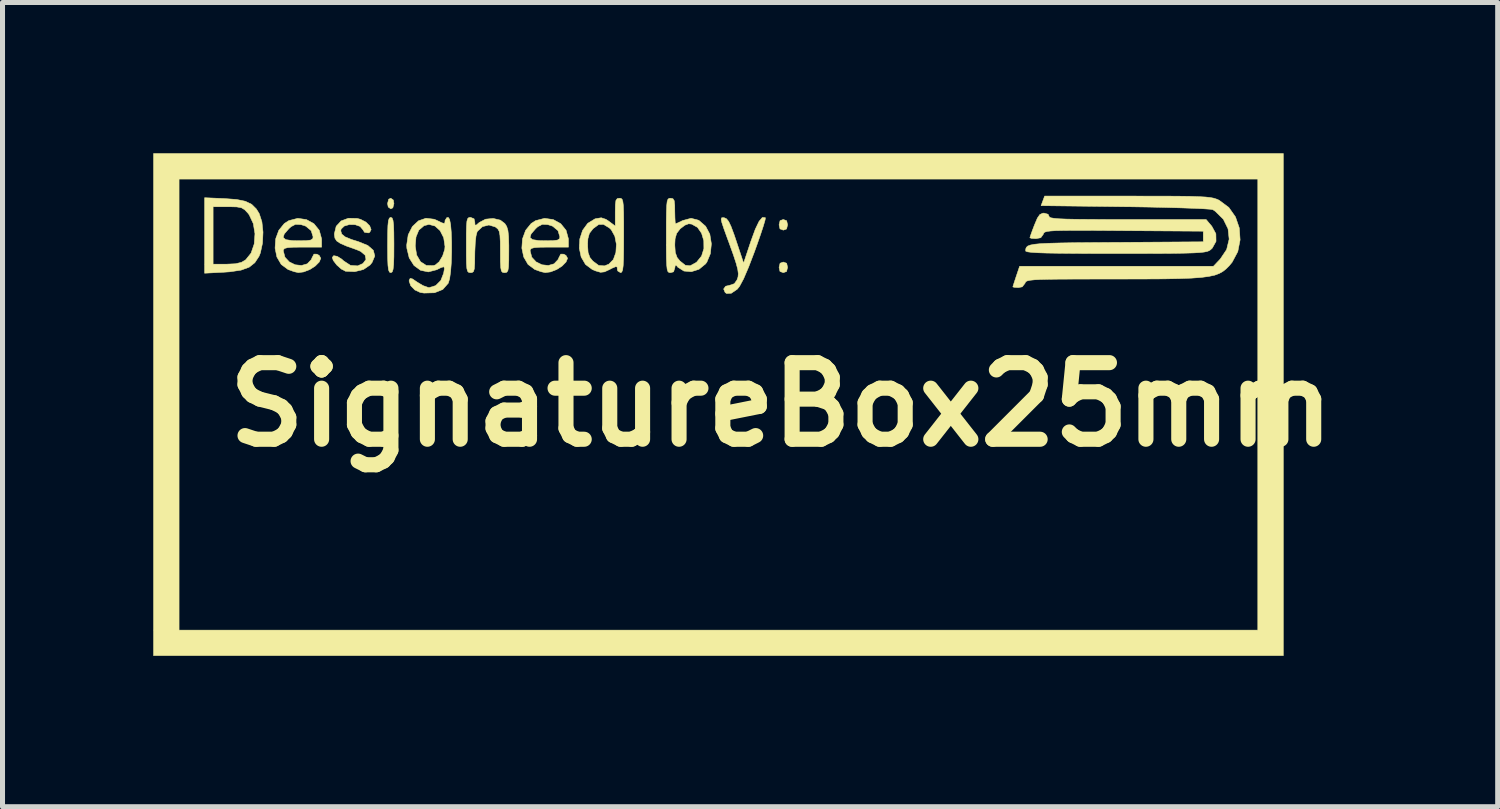
<source format=kicad_pcb>
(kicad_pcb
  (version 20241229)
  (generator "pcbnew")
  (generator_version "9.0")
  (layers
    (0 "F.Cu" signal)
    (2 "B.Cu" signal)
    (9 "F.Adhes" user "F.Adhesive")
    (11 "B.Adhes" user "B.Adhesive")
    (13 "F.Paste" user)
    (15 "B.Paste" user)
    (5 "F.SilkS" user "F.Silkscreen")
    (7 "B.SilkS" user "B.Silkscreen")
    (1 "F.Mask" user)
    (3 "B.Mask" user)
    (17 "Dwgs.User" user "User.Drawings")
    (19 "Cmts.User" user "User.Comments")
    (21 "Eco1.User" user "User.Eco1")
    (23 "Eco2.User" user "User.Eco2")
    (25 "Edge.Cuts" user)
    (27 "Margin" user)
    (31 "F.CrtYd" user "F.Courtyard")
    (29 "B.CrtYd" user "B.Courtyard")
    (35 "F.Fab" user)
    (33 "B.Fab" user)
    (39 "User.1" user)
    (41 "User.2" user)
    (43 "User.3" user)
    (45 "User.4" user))
  (footprint "SignatureBox25mm"
    (layer "F.Cu")
    (at 12.493 5)
    (property "Reference" "SignatureBox25mm" (at 0 0 0) (layer "F.SilkS") (effects (font (size 1.524 1.524) (thickness 0.3))))
    (attr through_hole board_only exclude_from_pos_files exclude_from_bom)
    (fp_poly (pts (xy -7.717 -4.07) (xy -7.705 -4) (xy -7.727 -3.915) (xy -7.768 -3.895) (xy -7.819 -3.931) (xy -7.832 -4) (xy -7.81 -4.086) (xy -7.768 -4.106) (xy -7.717 -4.07)) (stroke (width 0.01) (type solid)) (fill yes) (layer "F.SilkS"))
    (fp_poly (pts (xy 0.109 -3.658) (xy 0.127 -3.577) (xy 0.107 -3.494) (xy 0.042 -3.471) (xy -0.024 -3.496) (xy -0.042 -3.577) (xy -0.022 -3.66) (xy 0.042 -3.683) (xy 0.109 -3.658)) (stroke (width 0.01) (type solid)) (fill yes) (layer "F.SilkS"))
    (fp_poly (pts (xy 0.109 -2.812) (xy 0.127 -2.731) (xy 0.107 -2.648) (xy 0.042 -2.625) (xy -0.024 -2.649) (xy -0.042 -2.731) (xy -0.022 -2.813) (xy 0.042 -2.836) (xy 0.109 -2.812)) (stroke (width 0.01) (type solid)) (fill yes) (layer "F.SilkS"))
    (fp_poly (pts (xy -12.488 4.995) (xy -12.488 -4.487) (xy -11.98 -4.487) (xy -11.98 4.487) (xy 9.483 4.487) (xy 9.483 -4.487) (xy -11.98 -4.487) (xy -12.488 -4.487) (xy -12.488 -4.995) (xy 9.991 -4.995) (xy 9.991 4.995)) (stroke (width 0.01) (type solid)) (fill yes) (layer "F.SilkS"))
    (fp_poly (pts (xy -7.742 -3.713) (xy -7.724 -3.668) (xy -7.712 -3.577) (xy -7.707 -3.429) (xy -7.705 -3.21) (xy -7.705 -3.175) (xy -7.706 -2.946) (xy -7.711 -2.789) (xy -7.722 -2.691) (xy -7.739 -2.641) (xy -7.764 -2.625) (xy -7.768 -2.625) (xy -7.795 -2.637) (xy -7.813 -2.682) (xy -7.824 -2.773) (xy -7.83 -2.921) (xy -7.832 -3.14) (xy -7.832 -3.175) (xy -7.83 -3.404) (xy -7.825 -3.561) (xy -7.815 -3.659) (xy -7.797 -3.709) (xy -7.772 -3.725) (xy -7.768 -3.725) (xy -7.742 -3.713)) (stroke (width 0.01) (type solid)) (fill yes) (layer "F.SilkS"))
    (fp_poly (pts (xy -11.076 -4.099) (xy -10.835 -4.081) (xy -10.661 -4.045) (xy -10.536 -3.985) (xy -10.443 -3.893) (xy -10.385 -3.799) (xy -10.332 -3.637) (xy -10.31 -3.431) (xy -10.32 -3.213) (xy -10.362 -3.019) (xy -10.389 -2.951) (xy -10.473 -2.823) (xy -10.587 -2.733) (xy -10.748 -2.675) (xy -10.97 -2.642) (xy -11.102 -2.633) (xy -11.472 -2.614) (xy -11.472 -3.937) (xy -11.303 -3.937) (xy -11.303 -2.794) (xy -11.034 -2.794) (xy -10.859 -2.802) (xy -10.74 -2.83) (xy -10.654 -2.881) (xy -10.547 -3.015) (xy -10.485 -3.196) (xy -10.47 -3.399) (xy -10.503 -3.601) (xy -10.585 -3.776) (xy -10.611 -3.81) (xy -10.674 -3.877) (xy -10.739 -3.916) (xy -10.831 -3.933) (xy -10.976 -3.937) (xy -11.01 -3.937) (xy -11.303 -3.937) (xy -11.472 -3.937) (xy -11.472 -4.116) (xy -11.076 -4.099)) (stroke (width 0.01) (type solid)) (fill yes) (layer "F.SilkS"))
    (fp_poly (pts (xy -0.321 -3.721) (xy -0.314 -3.715) (xy -0.321 -3.67) (xy -0.353 -3.56) (xy -0.406 -3.398) (xy -0.476 -3.197) (xy -0.531 -3.043) (xy -0.649 -2.734) (xy -0.748 -2.503) (xy -0.828 -2.354) (xy -0.873 -2.297) (xy -0.993 -2.215) (xy -1.086 -2.21) (xy -1.115 -2.23) (xy -1.145 -2.3) (xy -1.105 -2.355) (xy -1.036 -2.371) (xy -0.933 -2.405) (xy -0.88 -2.479) (xy -0.859 -2.538) (xy -0.853 -2.604) (xy -0.864 -2.69) (xy -0.896 -2.811) (xy -0.951 -2.979) (xy -1.033 -3.207) (xy -1.073 -3.315) (xy -1.14 -3.5) (xy -1.18 -3.62) (xy -1.194 -3.687) (xy -1.185 -3.716) (xy -1.154 -3.72) (xy -1.135 -3.718) (xy -1.089 -3.698) (xy -1.046 -3.645) (xy -0.998 -3.545) (xy -0.938 -3.384) (xy -0.896 -3.26) (xy -0.748 -2.815) (xy -0.602 -3.252) (xy -0.515 -3.49) (xy -0.44 -3.646) (xy -0.376 -3.722) (xy -0.321 -3.721)) (stroke (width 0.01) (type solid)) (fill yes) (layer "F.SilkS"))
    (fp_poly (pts (xy -8.436 -3.704) (xy -8.369 -3.686) (xy -8.261 -3.63) (xy -8.187 -3.556) (xy -8.159 -3.482) (xy -8.187 -3.428) (xy -8.214 -3.416) (xy -8.291 -3.428) (xy -8.32 -3.476) (xy -8.378 -3.545) (xy -8.477 -3.58) (xy -8.592 -3.582) (xy -8.694 -3.552) (xy -8.756 -3.492) (xy -8.763 -3.456) (xy -8.743 -3.392) (xy -8.676 -3.337) (xy -8.547 -3.284) (xy -8.415 -3.243) (xy -8.225 -3.166) (xy -8.115 -3.07) (xy -8.086 -2.957) (xy -8.14 -2.828) (xy -8.181 -2.777) (xy -8.311 -2.688) (xy -8.485 -2.645) (xy -8.667 -2.653) (xy -8.752 -2.697) (xy -8.843 -2.778) (xy -8.912 -2.868) (xy -8.932 -2.927) (xy -8.904 -2.963) (xy -8.834 -2.95) (xy -8.744 -2.894) (xy -8.703 -2.857) (xy -8.569 -2.77) (xy -8.427 -2.76) (xy -8.322 -2.807) (xy -8.261 -2.888) (xy -8.278 -2.972) (xy -8.367 -3.048) (xy -8.446 -3.082) (xy -8.641 -3.151) (xy -8.769 -3.206) (xy -8.844 -3.256) (xy -8.879 -3.311) (xy -8.89 -3.381) (xy -8.89 -3.401) (xy -8.854 -3.548) (xy -8.756 -3.654) (xy -8.611 -3.708) (xy -8.436 -3.704)) (stroke (width 0.01) (type solid)) (fill yes) (layer "F.SilkS"))
    (fp_poly (pts (xy -9.446 -3.681) (xy -9.297 -3.599) (xy -9.191 -3.468) (xy -9.145 -3.3) (xy -9.144 -3.278) (xy -9.144 -3.133) (xy -9.525 -3.133) (xy -9.707 -3.131) (xy -9.82 -3.123) (xy -9.881 -3.107) (xy -9.904 -3.079) (xy -9.906 -3.057) (xy -9.873 -2.932) (xy -9.787 -2.839) (xy -9.67 -2.782) (xy -9.544 -2.768) (xy -9.429 -2.801) (xy -9.348 -2.887) (xy -9.335 -2.921) (xy -9.296 -2.994) (xy -9.237 -2.993) (xy -9.192 -2.968) (xy -9.16 -2.911) (xy -9.191 -2.837) (xy -9.269 -2.758) (xy -9.377 -2.688) (xy -9.5 -2.64) (xy -9.605 -2.626) (xy -9.689 -2.644) (xy -9.802 -2.684) (xy -9.812 -2.688) (xy -9.948 -2.789) (xy -10.034 -2.937) (xy -10.07 -3.113) (xy -10.058 -3.297) (xy -10.048 -3.325) (xy -9.909 -3.325) (xy -9.857 -3.282) (xy -9.73 -3.263) (xy -9.61 -3.26) (xy -9.453 -3.262) (xy -9.363 -3.273) (xy -9.322 -3.298) (xy -9.313 -3.336) (xy -9.352 -3.461) (xy -9.459 -3.55) (xy -9.554 -3.581) (xy -9.664 -3.586) (xy -9.754 -3.539) (xy -9.797 -3.499) (xy -9.887 -3.395) (xy -9.909 -3.325) (xy -10.048 -3.325) (xy -9.996 -3.467) (xy -9.886 -3.603) (xy -9.797 -3.66) (xy -9.618 -3.706) (xy -9.446 -3.681)) (stroke (width 0.01) (type solid)) (fill yes) (layer "F.SilkS"))
    (fp_poly (pts (xy -6.111 -3.697) (xy -6.096 -3.634) (xy -6.092 -3.572) (xy -6.065 -3.573) (xy -6.008 -3.623) (xy -5.882 -3.689) (xy -5.731 -3.704) (xy -5.588 -3.67) (xy -5.499 -3.603) (xy -5.461 -3.544) (xy -5.437 -3.464) (xy -5.424 -3.346) (xy -5.419 -3.171) (xy -5.419 -3.064) (xy -5.42 -2.867) (xy -5.425 -2.74) (xy -5.437 -2.667) (xy -5.459 -2.634) (xy -5.494 -2.625) (xy -5.503 -2.625) (xy -5.542 -2.63) (xy -5.567 -2.658) (xy -5.58 -2.723) (xy -5.587 -2.841) (xy -5.588 -3.026) (xy -5.588 -3.047) (xy -5.589 -3.241) (xy -5.596 -3.368) (xy -5.611 -3.447) (xy -5.638 -3.495) (xy -5.682 -3.531) (xy -5.688 -3.535) (xy -5.815 -3.573) (xy -5.943 -3.541) (xy -6.043 -3.449) (xy -6.051 -3.434) (xy -6.072 -3.354) (xy -6.087 -3.215) (xy -6.095 -3.044) (xy -6.096 -2.987) (xy -6.098 -2.812) (xy -6.105 -2.704) (xy -6.122 -2.648) (xy -6.152 -2.627) (xy -6.181 -2.625) (xy -6.215 -2.629) (xy -6.239 -2.652) (xy -6.254 -2.707) (xy -6.262 -2.807) (xy -6.265 -2.966) (xy -6.265 -3.175) (xy -6.265 -3.4) (xy -6.261 -3.553) (xy -6.253 -3.649) (xy -6.237 -3.701) (xy -6.213 -3.722) (xy -6.181 -3.725) (xy -6.111 -3.697)) (stroke (width 0.01) (type solid)) (fill yes) (layer "F.SilkS"))
    (fp_poly (pts (xy -4.535 -3.681) (xy -4.386 -3.599) (xy -4.28 -3.468) (xy -4.234 -3.3) (xy -4.233 -3.278) (xy -4.233 -3.133) (xy -4.614 -3.133) (xy -4.796 -3.131) (xy -4.91 -3.123) (xy -4.97 -3.107) (xy -4.993 -3.079) (xy -4.995 -3.057) (xy -4.962 -2.932) (xy -4.876 -2.839) (xy -4.759 -2.782) (xy -4.633 -2.768) (xy -4.519 -2.801) (xy -4.438 -2.887) (xy -4.424 -2.921) (xy -4.386 -2.994) (xy -4.326 -2.993) (xy -4.282 -2.968) (xy -4.25 -2.911) (xy -4.281 -2.837) (xy -4.358 -2.758) (xy -4.466 -2.688) (xy -4.589 -2.64) (xy -4.695 -2.626) (xy -4.778 -2.644) (xy -4.891 -2.684) (xy -4.902 -2.688) (xy -5.037 -2.789) (xy -5.123 -2.937) (xy -5.16 -3.113) (xy -5.147 -3.297) (xy -5.137 -3.325) (xy -4.998 -3.325) (xy -4.947 -3.282) (xy -4.819 -3.263) (xy -4.699 -3.26) (xy -4.542 -3.262) (xy -4.452 -3.273) (xy -4.412 -3.298) (xy -4.403 -3.336) (xy -4.441 -3.461) (xy -4.548 -3.55) (xy -4.643 -3.581) (xy -4.753 -3.586) (xy -4.844 -3.539) (xy -4.887 -3.499) (xy -4.976 -3.395) (xy -4.998 -3.325) (xy -5.137 -3.325) (xy -5.085 -3.467) (xy -4.975 -3.603) (xy -4.886 -3.66) (xy -4.708 -3.706) (xy -4.535 -3.681)) (stroke (width 0.01) (type solid)) (fill yes) (layer "F.SilkS"))
    (fp_poly (pts (xy -3.187 -4.103) (xy -3.165 -4.084) (xy -3.15 -4.038) (xy -3.14 -3.954) (xy -3.135 -3.82) (xy -3.133 -3.624) (xy -3.133 -3.365) (xy -3.134 -3.094) (xy -3.137 -2.897) (xy -3.144 -2.762) (xy -3.155 -2.679) (xy -3.172 -2.637) (xy -3.194 -2.625) (xy -3.196 -2.625) (xy -3.252 -2.659) (xy -3.26 -2.688) (xy -3.264 -2.737) (xy -3.292 -2.745) (xy -3.365 -2.714) (xy -3.414 -2.688) (xy -3.515 -2.641) (xy -3.595 -2.632) (xy -3.692 -2.66) (xy -3.759 -2.688) (xy -3.894 -2.789) (xy -3.98 -2.937) (xy -4.017 -3.112) (xy -4.013 -3.175) (xy -3.852 -3.175) (xy -3.842 -3.026) (xy -3.805 -2.925) (xy -3.748 -2.856) (xy -3.631 -2.769) (xy -3.516 -2.76) (xy -3.43 -2.794) (xy -3.339 -2.886) (xy -3.289 -3.027) (xy -3.279 -3.19) (xy -3.31 -3.35) (xy -3.382 -3.48) (xy -3.418 -3.514) (xy -3.534 -3.585) (xy -3.631 -3.583) (xy -3.735 -3.507) (xy -3.748 -3.494) (xy -3.816 -3.407) (xy -3.846 -3.299) (xy -3.852 -3.175) (xy -4.013 -3.175) (xy -4.007 -3.296) (xy -3.951 -3.467) (xy -3.85 -3.606) (xy -3.707 -3.694) (xy -3.691 -3.699) (xy -3.58 -3.717) (xy -3.486 -3.686) (xy -3.427 -3.646) (xy -3.302 -3.553) (xy -3.302 -3.83) (xy -3.299 -3.979) (xy -3.288 -4.063) (xy -3.261 -4.099) (xy -3.217 -4.106) (xy -3.187 -4.103)) (stroke (width 0.01) (type solid)) (fill yes) (layer "F.SilkS"))
    (fp_poly (pts (xy -2.154 -4.097) (xy -2.128 -4.056) (xy -2.118 -3.965) (xy -2.117 -3.852) (xy -2.114 -3.718) (xy -2.109 -3.626) (xy -2.102 -3.598) (xy -2.058 -3.615) (xy -1.97 -3.657) (xy -1.957 -3.663) (xy -1.792 -3.707) (xy -1.639 -3.666) (xy -1.503 -3.548) (xy -1.42 -3.391) (xy -1.389 -3.199) (xy -1.409 -3.002) (xy -1.479 -2.834) (xy -1.504 -2.8) (xy -1.636 -2.692) (xy -1.788 -2.644) (xy -1.935 -2.657) (xy -2.056 -2.733) (xy -2.084 -2.769) (xy -2.108 -2.772) (xy -2.116 -2.72) (xy -2.141 -2.642) (xy -2.201 -2.625) (xy -2.232 -2.628) (xy -2.254 -2.647) (xy -2.269 -2.693) (xy -2.278 -2.777) (xy -2.284 -2.911) (xy -2.286 -3.107) (xy -2.286 -3.175) (xy -2.117 -3.175) (xy -2.107 -3.026) (xy -2.07 -2.925) (xy -2.013 -2.856) (xy -1.907 -2.772) (xy -1.811 -2.762) (xy -1.699 -2.823) (xy -1.679 -2.838) (xy -1.584 -2.956) (xy -1.538 -3.104) (xy -1.54 -3.262) (xy -1.584 -3.409) (xy -1.665 -3.526) (xy -1.781 -3.591) (xy -1.841 -3.598) (xy -1.915 -3.57) (xy -2.005 -3.502) (xy -2.013 -3.494) (xy -2.08 -3.407) (xy -2.111 -3.299) (xy -2.117 -3.175) (xy -2.286 -3.175) (xy -2.286 -3.365) (xy -2.286 -3.632) (xy -2.283 -3.826) (xy -2.278 -3.958) (xy -2.269 -4.04) (xy -2.253 -4.085) (xy -2.231 -4.103) (xy -2.201 -4.106) (xy -2.154 -4.097)) (stroke (width 0.01) (type solid)) (fill yes) (layer "F.SilkS"))
    (fp_poly (pts (xy -6.598 -3.686) (xy -6.577 -3.58) (xy -6.564 -3.424) (xy -6.557 -3.235) (xy -6.557 -3.032) (xy -6.563 -2.83) (xy -6.577 -2.649) (xy -6.597 -2.504) (xy -6.624 -2.415) (xy -6.733 -2.291) (xy -6.897 -2.225) (xy -7.106 -2.219) (xy -7.182 -2.231) (xy -7.288 -2.28) (xy -7.37 -2.364) (xy -7.403 -2.457) (xy -7.401 -2.475) (xy -7.382 -2.511) (xy -7.337 -2.501) (xy -7.247 -2.44) (xy -7.241 -2.436) (xy -7.128 -2.368) (xy -7.025 -2.331) (xy -7.003 -2.328) (xy -6.875 -2.367) (xy -6.772 -2.47) (xy -6.716 -2.614) (xy -6.7 -2.708) (xy -6.712 -2.743) (xy -6.768 -2.726) (xy -6.855 -2.683) (xy -7.021 -2.64) (xy -7.175 -2.672) (xy -7.306 -2.768) (xy -7.401 -2.918) (xy -7.448 -3.111) (xy -7.45 -3.155) (xy -7.281 -3.155) (xy -7.253 -2.975) (xy -7.176 -2.843) (xy -7.062 -2.769) (xy -6.923 -2.765) (xy -6.881 -2.778) (xy -6.804 -2.843) (xy -6.736 -2.958) (xy -6.694 -3.089) (xy -6.689 -3.145) (xy -6.715 -3.32) (xy -6.786 -3.46) (xy -6.888 -3.553) (xy -7.008 -3.585) (xy -7.107 -3.559) (xy -7.21 -3.471) (xy -7.266 -3.335) (xy -7.281 -3.155) (xy -7.45 -3.155) (xy -7.451 -3.175) (xy -7.421 -3.379) (xy -7.338 -3.543) (xy -7.217 -3.656) (xy -7.068 -3.708) (xy -6.904 -3.688) (xy -6.855 -3.667) (xy -6.752 -3.617) (xy -6.704 -3.604) (xy -6.69 -3.627) (xy -6.689 -3.662) (xy -6.655 -3.718) (xy -6.625 -3.725) (xy -6.598 -3.686)) (stroke (width 0.01) (type solid)) (fill yes) (layer "F.SilkS"))
    (fp_poly (pts (xy 7.315 -4.148) (xy 7.658 -4.148) (xy 7.934 -4.146) (xy 8.151 -4.143) (xy 8.318 -4.137) (xy 8.444 -4.13) (xy 8.536 -4.12) (xy 8.605 -4.107) (xy 8.658 -4.09) (xy 8.705 -4.07) (xy 8.717 -4.063) (xy 8.906 -3.923) (xy 9.039 -3.734) (xy 9.115 -3.513) (xy 9.131 -3.277) (xy 9.085 -3.044) (xy 8.972 -2.832) (xy 8.913 -2.761) (xy 8.852 -2.7) (xy 8.789 -2.65) (xy 8.716 -2.609) (xy 8.625 -2.575) (xy 8.507 -2.55) (xy 8.356 -2.53) (xy 8.163 -2.516) (xy 7.92 -2.507) (xy 7.62 -2.501) (xy 7.254 -2.499) (xy 6.814 -2.498) (xy 6.617 -2.498) (xy 6.188 -2.498) (xy 5.835 -2.497) (xy 5.551 -2.496) (xy 5.329 -2.493) (xy 5.161 -2.489) (xy 5.039 -2.483) (xy 4.955 -2.474) (xy 4.902 -2.463) (xy 4.872 -2.449) (xy 4.858 -2.432) (xy 4.851 -2.413) (xy 4.796 -2.343) (xy 4.719 -2.328) (xy 4.638 -2.333) (xy 4.609 -2.342) (xy 4.622 -2.386) (xy 4.654 -2.484) (xy 4.677 -2.554) (xy 4.744 -2.752) (xy 8.6 -2.752) (xy 8.737 -2.897) (xy 8.863 -3.085) (xy 8.913 -3.291) (xy 8.891 -3.497) (xy 8.798 -3.687) (xy 8.637 -3.846) (xy 8.589 -3.878) (xy 8.534 -3.887) (xy 8.403 -3.896) (xy 8.207 -3.905) (xy 7.955 -3.914) (xy 7.656 -3.922) (xy 7.319 -3.93) (xy 6.955 -3.936) (xy 6.848 -3.937) (xy 5.171 -3.958) (xy 5.206 -4.053) (xy 5.242 -4.149) (xy 6.896 -4.149) (xy 7.315 -4.148)) (stroke (width 0.01) (type solid)) (fill yes) (layer "F.SilkS"))
    (fp_poly (pts (xy 5.31 -3.787) (xy 5.329 -3.747) (xy 5.338 -3.73) (xy 5.369 -3.716) (xy 5.43 -3.706) (xy 5.529 -3.697) (xy 5.674 -3.691) (xy 5.872 -3.687) (xy 6.131 -3.685) (xy 6.459 -3.683) (xy 6.864 -3.683) (xy 6.892 -3.683) (xy 8.454 -3.683) (xy 8.568 -3.548) (xy 8.649 -3.399) (xy 8.652 -3.248) (xy 8.577 -3.113) (xy 8.542 -3.08) (xy 8.514 -3.062) (xy 8.475 -3.047) (xy 8.416 -3.035) (xy 8.329 -3.025) (xy 8.207 -3.018) (xy 8.042 -3.013) (xy 7.825 -3.009) (xy 7.549 -3.007) (xy 7.207 -3.006) (xy 6.79 -3.006) (xy 6.658 -3.006) (xy 6.203 -3.006) (xy 5.826 -3.008) (xy 5.522 -3.011) (xy 5.283 -3.015) (xy 5.105 -3.021) (xy 4.981 -3.029) (xy 4.904 -3.039) (xy 4.868 -3.051) (xy 4.864 -3.059) (xy 4.866 -3.097) (xy 4.878 -3.128) (xy 4.905 -3.154) (xy 4.957 -3.174) (xy 5.039 -3.19) (xy 5.161 -3.202) (xy 5.329 -3.21) (xy 5.55 -3.216) (xy 5.833 -3.221) (xy 6.185 -3.224) (xy 6.613 -3.227) (xy 6.665 -3.227) (xy 8.398 -3.239) (xy 8.398 -3.45) (xy 6.817 -3.461) (xy 6.41 -3.464) (xy 6.08 -3.466) (xy 5.817 -3.466) (xy 5.616 -3.464) (xy 5.466 -3.461) (xy 5.36 -3.454) (xy 5.291 -3.445) (xy 5.249 -3.433) (xy 5.227 -3.417) (xy 5.217 -3.396) (xy 5.214 -3.387) (xy 5.165 -3.32) (xy 5.07 -3.302) (xy 4.983 -3.307) (xy 4.948 -3.319) (xy 4.962 -3.365) (xy 4.998 -3.466) (xy 5.039 -3.573) (xy 5.097 -3.71) (xy 5.147 -3.782) (xy 5.205 -3.808) (xy 5.229 -3.81) (xy 5.31 -3.787)) (stroke (width 0.01) (type solid)) (fill yes) (layer "F.SilkS")))
  (gr_rect
    (start -3 -3)
    (end 26.749 13.001)
    (stroke (width 0.1) (type default))
    (fill no)
    (layer "Edge.Cuts")))
</source>
